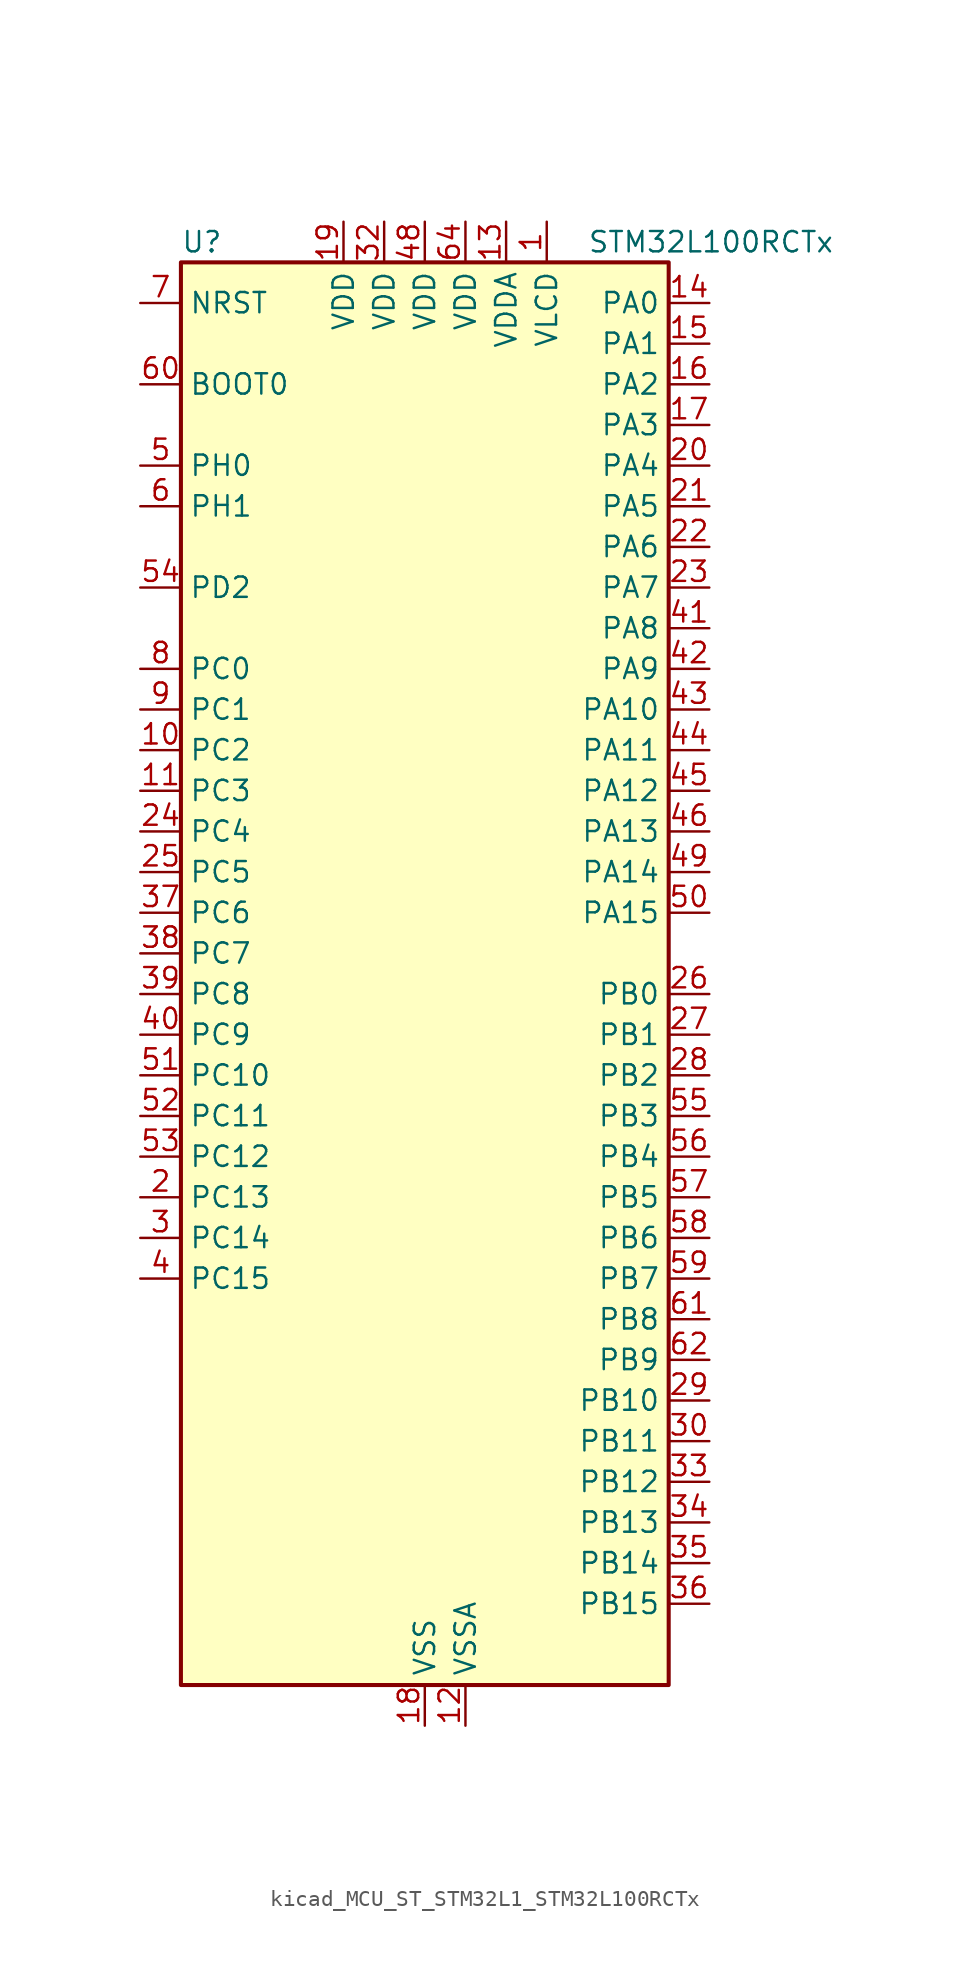
<source format=kicad_sym>
(kicad_symbol_lib
  (version 20220914)
  (generator kicad_symbol_editor)
  (symbol "kicad_MCU_ST_STM32L1_STM32L100RCTx"
    (property "Reference" "U"
      (at -15.24 46.99 0)
      (effects (font (size 1.27 1.27)) (justify left)))
    (property "Value" "STM32L100RCTx"
      (at 10.16 46.99 0)
      (effects (font (size 1.27 1.27)) (justify left)))
    (property "ki_locked" ""
      (at 0 0 0)
      (effects (font (size 1.27 1.27))))
    (symbol "kicad_MCU_ST_STM32L1_STM32L100RCTx_0_1"
      (rectangle (start -15.24 -43.18) (end 15.24 45.72) (stroke (width 0.254) (type default)) (fill (type background))))
    (symbol "kicad_MCU_ST_STM32L1_STM32L100RCTx_1_1"
      (pin power_in line (at 7.62 48.26 270) (length 2.54) (name "VLCD" (effects (font (size 1.27 1.27)))) (number "1" (effects (font (size 1.27 1.27)))))
      (pin bidirectional line (at -17.78 15.24 0) (length 2.54) (name "PC2" (effects (font (size 1.27 1.27)))) (number "10" (effects (font (size 1.27 1.27)))) (alternate "ADC_IN12" bidirectional line) (alternate "COMP1_INP" bidirectional line) (alternate "LCD_SEG20" bidirectional line) (alternate "TIMX_IC3" bidirectional line))
      (pin bidirectional line (at -17.78 12.7 0) (length 2.54) (name "PC3" (effects (font (size 1.27 1.27)))) (number "11" (effects (font (size 1.27 1.27)))) (alternate "ADC_IN13" bidirectional line) (alternate "COMP1_INP" bidirectional line) (alternate "LCD_SEG21" bidirectional line) (alternate "TIMX_IC4" bidirectional line))
      (pin power_in line (at 2.54 -45.72 90) (length 2.54) (name "VSSA" (effects (font (size 1.27 1.27)))) (number "12" (effects (font (size 1.27 1.27)))))
      (pin power_in line (at 5.08 48.26 270) (length 2.54) (name "VDDA" (effects (font (size 1.27 1.27)))) (number "13" (effects (font (size 1.27 1.27)))))
      (pin bidirectional line (at 17.78 43.18 180) (length 2.54) (name "PA0" (effects (font (size 1.27 1.27)))) (number "14" (effects (font (size 1.27 1.27)))) (alternate "ADC_IN0" bidirectional line) (alternate "COMP1_INP" bidirectional line) (alternate "RTC_TAMP2" bidirectional line) (alternate "SYS_WKUP1" bidirectional line) (alternate "TIM2_CH1" bidirectional line) (alternate "TIM2_ETR" bidirectional line) (alternate "TIMX_IC1" bidirectional line) (alternate "USART2_CTS" bidirectional line))
      (pin bidirectional line (at 17.78 40.64 180) (length 2.54) (name "PA1" (effects (font (size 1.27 1.27)))) (number "15" (effects (font (size 1.27 1.27)))) (alternate "ADC_IN1" bidirectional line) (alternate "COMP1_INP" bidirectional line) (alternate "LCD_SEG0" bidirectional line) (alternate "TIM2_CH2" bidirectional line) (alternate "TIMX_IC2" bidirectional line) (alternate "USART2_RTS" bidirectional line))
      (pin bidirectional line (at 17.78 38.1 180) (length 2.54) (name "PA2" (effects (font (size 1.27 1.27)))) (number "16" (effects (font (size 1.27 1.27)))) (alternate "ADC_IN2" bidirectional line) (alternate "COMP1_INP" bidirectional line) (alternate "LCD_SEG1" bidirectional line) (alternate "TIM2_CH3" bidirectional line) (alternate "TIM9_CH1" bidirectional line) (alternate "TIMX_IC3" bidirectional line) (alternate "USART2_TX" bidirectional line))
      (pin bidirectional line (at 17.78 35.56 180) (length 2.54) (name "PA3" (effects (font (size 1.27 1.27)))) (number "17" (effects (font (size 1.27 1.27)))) (alternate "ADC_IN3" bidirectional line) (alternate "COMP1_INP" bidirectional line) (alternate "LCD_SEG2" bidirectional line) (alternate "TIM2_CH4" bidirectional line) (alternate "TIM9_CH2" bidirectional line) (alternate "TIMX_IC4" bidirectional line) (alternate "USART2_RX" bidirectional line))
      (pin power_in line (at 0 -45.72 90) (length 2.54) (name "VSS" (effects (font (size 1.27 1.27)))) (number "18" (effects (font (size 1.27 1.27)))))
      (pin power_in line (at -5.08 48.26 270) (length 2.54) (name "VDD" (effects (font (size 1.27 1.27)))) (number "19" (effects (font (size 1.27 1.27)))))
      (pin bidirectional line (at -17.78 -12.7 0) (length 2.54) (name "PC13" (effects (font (size 1.27 1.27)))) (number "2" (effects (font (size 1.27 1.27)))) (alternate "RTC_OUT_ALARM" bidirectional line) (alternate "RTC_OUT_CALIB" bidirectional line) (alternate "RTC_TAMP1" bidirectional line) (alternate "RTC_TS" bidirectional line) (alternate "SYS_WKUP2" bidirectional line) (alternate "TIMX_IC2" bidirectional line))
      (pin bidirectional line (at 17.78 33.02 180) (length 2.54) (name "PA4" (effects (font (size 1.27 1.27)))) (number "20" (effects (font (size 1.27 1.27)))) (alternate "ADC_IN4" bidirectional line) (alternate "COMP1_INP" bidirectional line) (alternate "DAC_OUT1" bidirectional line) (alternate "I2S3_WS" bidirectional line) (alternate "SPI1_NSS" bidirectional line) (alternate "SPI3_NSS" bidirectional line) (alternate "TIMX_IC1" bidirectional line) (alternate "USART2_CK" bidirectional line))
      (pin bidirectional line (at 17.78 30.48 180) (length 2.54) (name "PA5" (effects (font (size 1.27 1.27)))) (number "21" (effects (font (size 1.27 1.27)))) (alternate "ADC_IN5" bidirectional line) (alternate "COMP1_INP" bidirectional line) (alternate "DAC_OUT2" bidirectional line) (alternate "SPI1_SCK" bidirectional line) (alternate "TIM2_CH1" bidirectional line) (alternate "TIM2_ETR" bidirectional line) (alternate "TIMX_IC2" bidirectional line))
      (pin bidirectional line (at 17.78 27.94 180) (length 2.54) (name "PA6" (effects (font (size 1.27 1.27)))) (number "22" (effects (font (size 1.27 1.27)))) (alternate "ADC_IN6" bidirectional line) (alternate "COMP1_INP" bidirectional line) (alternate "LCD_SEG3" bidirectional line) (alternate "SPI1_MISO" bidirectional line) (alternate "TIM10_CH1" bidirectional line) (alternate "TIM3_CH1" bidirectional line) (alternate "TIMX_IC3" bidirectional line))
      (pin bidirectional line (at 17.78 25.4 180) (length 2.54) (name "PA7" (effects (font (size 1.27 1.27)))) (number "23" (effects (font (size 1.27 1.27)))) (alternate "ADC_IN7" bidirectional line) (alternate "COMP1_INP" bidirectional line) (alternate "LCD_SEG4" bidirectional line) (alternate "SPI1_MOSI" bidirectional line) (alternate "TIM11_CH1" bidirectional line) (alternate "TIM3_CH2" bidirectional line) (alternate "TIMX_IC4" bidirectional line))
      (pin bidirectional line (at -17.78 10.16 0) (length 2.54) (name "PC4" (effects (font (size 1.27 1.27)))) (number "24" (effects (font (size 1.27 1.27)))) (alternate "ADC_IN14" bidirectional line) (alternate "COMP1_INP" bidirectional line) (alternate "LCD_SEG22" bidirectional line) (alternate "TIMX_IC1" bidirectional line))
      (pin bidirectional line (at -17.78 7.62 0) (length 2.54) (name "PC5" (effects (font (size 1.27 1.27)))) (number "25" (effects (font (size 1.27 1.27)))) (alternate "ADC_IN15" bidirectional line) (alternate "COMP1_INP" bidirectional line) (alternate "LCD_SEG23" bidirectional line) (alternate "TIMX_IC2" bidirectional line))
      (pin bidirectional line (at 17.78 0 180) (length 2.54) (name "PB0" (effects (font (size 1.27 1.27)))) (number "26" (effects (font (size 1.27 1.27)))) (alternate "ADC_IN8" bidirectional line) (alternate "COMP1_INP" bidirectional line) (alternate "LCD_SEG5" bidirectional line) (alternate "SYS_V_REF_OUT" bidirectional line) (alternate "TIM3_CH3" bidirectional line))
      (pin bidirectional line (at 17.78 -2.54 180) (length 2.54) (name "PB1" (effects (font (size 1.27 1.27)))) (number "27" (effects (font (size 1.27 1.27)))) (alternate "ADC_IN9" bidirectional line) (alternate "COMP1_INP" bidirectional line) (alternate "LCD_SEG6" bidirectional line) (alternate "SYS_V_REF_OUT" bidirectional line) (alternate "TIM3_CH4" bidirectional line))
      (pin bidirectional line (at 17.78 -5.08 180) (length 2.54) (name "PB2" (effects (font (size 1.27 1.27)))) (number "28" (effects (font (size 1.27 1.27)))) (alternate "COMP1_INP" bidirectional line))
      (pin bidirectional line (at 17.78 -25.4 180) (length 2.54) (name "PB10" (effects (font (size 1.27 1.27)))) (number "29" (effects (font (size 1.27 1.27)))) (alternate "I2C2_SCL" bidirectional line) (alternate "LCD_SEG10" bidirectional line) (alternate "TIM2_CH3" bidirectional line) (alternate "USART3_TX" bidirectional line))
      (pin bidirectional line (at -17.78 -15.24 0) (length 2.54) (name "PC14" (effects (font (size 1.27 1.27)))) (number "3" (effects (font (size 1.27 1.27)))) (alternate "RCC_OSC32_IN" bidirectional line) (alternate "TIMX_IC3" bidirectional line))
      (pin bidirectional line (at 17.78 -27.94 180) (length 2.54) (name "PB11" (effects (font (size 1.27 1.27)))) (number "30" (effects (font (size 1.27 1.27)))) (alternate "ADC_EXTI11" bidirectional line) (alternate "I2C2_SDA" bidirectional line) (alternate "LCD_SEG11" bidirectional line) (alternate "TIM2_CH4" bidirectional line) (alternate "USART3_RX" bidirectional line))
      (pin passive line (at 0 -45.72 90) (length 2.54) hide (name "VSS" (effects (font (size 1.27 1.27)))) (number "31" (effects (font (size 1.27 1.27)))))
      (pin power_in line (at -2.54 48.26 270) (length 2.54) (name "VDD" (effects (font (size 1.27 1.27)))) (number "32" (effects (font (size 1.27 1.27)))))
      (pin bidirectional line (at 17.78 -30.48 180) (length 2.54) (name "PB12" (effects (font (size 1.27 1.27)))) (number "33" (effects (font (size 1.27 1.27)))) (alternate "ADC_IN18" bidirectional line) (alternate "COMP1_INP" bidirectional line) (alternate "I2C2_SMBA" bidirectional line) (alternate "I2S2_WS" bidirectional line) (alternate "LCD_SEG12" bidirectional line) (alternate "SPI2_NSS" bidirectional line) (alternate "TIM10_CH1" bidirectional line) (alternate "USART3_CK" bidirectional line))
      (pin bidirectional line (at 17.78 -33.02 180) (length 2.54) (name "PB13" (effects (font (size 1.27 1.27)))) (number "34" (effects (font (size 1.27 1.27)))) (alternate "ADC_IN19" bidirectional line) (alternate "COMP1_INP" bidirectional line) (alternate "I2S2_CK" bidirectional line) (alternate "LCD_SEG13" bidirectional line) (alternate "SPI2_SCK" bidirectional line) (alternate "TIM9_CH1" bidirectional line) (alternate "USART3_CTS" bidirectional line))
      (pin bidirectional line (at 17.78 -35.56 180) (length 2.54) (name "PB14" (effects (font (size 1.27 1.27)))) (number "35" (effects (font (size 1.27 1.27)))) (alternate "ADC_IN20" bidirectional line) (alternate "COMP1_INP" bidirectional line) (alternate "LCD_SEG14" bidirectional line) (alternate "SPI2_MISO" bidirectional line) (alternate "TIM9_CH2" bidirectional line) (alternate "USART3_RTS" bidirectional line))
      (pin bidirectional line (at 17.78 -38.1 180) (length 2.54) (name "PB15" (effects (font (size 1.27 1.27)))) (number "36" (effects (font (size 1.27 1.27)))) (alternate "ADC_EXTI15" bidirectional line) (alternate "ADC_IN21" bidirectional line) (alternate "COMP1_INP" bidirectional line) (alternate "I2S2_SD" bidirectional line) (alternate "LCD_SEG15" bidirectional line) (alternate "RTC_REFIN" bidirectional line) (alternate "SPI2_MOSI" bidirectional line) (alternate "TIM11_CH1" bidirectional line))
      (pin bidirectional line (at -17.78 5.08 0) (length 2.54) (name "PC6" (effects (font (size 1.27 1.27)))) (number "37" (effects (font (size 1.27 1.27)))) (alternate "I2S2_MCK" bidirectional line) (alternate "LCD_SEG24" bidirectional line) (alternate "TIM3_CH1" bidirectional line) (alternate "TIMX_IC3" bidirectional line))
      (pin bidirectional line (at -17.78 2.54 0) (length 2.54) (name "PC7" (effects (font (size 1.27 1.27)))) (number "38" (effects (font (size 1.27 1.27)))) (alternate "I2S3_MCK" bidirectional line) (alternate "LCD_SEG25" bidirectional line) (alternate "TIM3_CH2" bidirectional line) (alternate "TIMX_IC4" bidirectional line))
      (pin bidirectional line (at -17.78 0 0) (length 2.54) (name "PC8" (effects (font (size 1.27 1.27)))) (number "39" (effects (font (size 1.27 1.27)))) (alternate "LCD_SEG26" bidirectional line) (alternate "TIM3_CH3" bidirectional line) (alternate "TIMX_IC1" bidirectional line))
      (pin bidirectional line (at -17.78 -17.78 0) (length 2.54) (name "PC15" (effects (font (size 1.27 1.27)))) (number "4" (effects (font (size 1.27 1.27)))) (alternate "ADC_EXTI15" bidirectional line) (alternate "RCC_OSC32_OUT" bidirectional line) (alternate "TIMX_IC4" bidirectional line))
      (pin bidirectional line (at -17.78 -2.54 0) (length 2.54) (name "PC9" (effects (font (size 1.27 1.27)))) (number "40" (effects (font (size 1.27 1.27)))) (alternate "DAC_EXTI9" bidirectional line) (alternate "LCD_SEG27" bidirectional line) (alternate "TIM3_CH4" bidirectional line) (alternate "TIMX_IC2" bidirectional line))
      (pin bidirectional line (at 17.78 22.86 180) (length 2.54) (name "PA8" (effects (font (size 1.27 1.27)))) (number "41" (effects (font (size 1.27 1.27)))) (alternate "LCD_COM0" bidirectional line) (alternate "RCC_MCO" bidirectional line) (alternate "TIMX_IC1" bidirectional line) (alternate "USART1_CK" bidirectional line))
      (pin bidirectional line (at 17.78 20.32 180) (length 2.54) (name "PA9" (effects (font (size 1.27 1.27)))) (number "42" (effects (font (size 1.27 1.27)))) (alternate "DAC_EXTI9" bidirectional line) (alternate "LCD_COM1" bidirectional line) (alternate "TIMX_IC2" bidirectional line) (alternate "USART1_TX" bidirectional line))
      (pin bidirectional line (at 17.78 17.78 180) (length 2.54) (name "PA10" (effects (font (size 1.27 1.27)))) (number "43" (effects (font (size 1.27 1.27)))) (alternate "LCD_COM2" bidirectional line) (alternate "TIMX_IC3" bidirectional line) (alternate "USART1_RX" bidirectional line))
      (pin bidirectional line (at 17.78 15.24 180) (length 2.54) (name "PA11" (effects (font (size 1.27 1.27)))) (number "44" (effects (font (size 1.27 1.27)))) (alternate "ADC_EXTI11" bidirectional line) (alternate "SPI1_MISO" bidirectional line) (alternate "TIMX_IC4" bidirectional line) (alternate "USART1_CTS" bidirectional line) (alternate "USB_DM" bidirectional line))
      (pin bidirectional line (at 17.78 12.7 180) (length 2.54) (name "PA12" (effects (font (size 1.27 1.27)))) (number "45" (effects (font (size 1.27 1.27)))) (alternate "SPI1_MOSI" bidirectional line) (alternate "TIMX_IC1" bidirectional line) (alternate "USART1_RTS" bidirectional line) (alternate "USB_DP" bidirectional line))
      (pin bidirectional line (at 17.78 10.16 180) (length 2.54) (name "PA13" (effects (font (size 1.27 1.27)))) (number "46" (effects (font (size 1.27 1.27)))) (alternate "SYS_JTMS-SWDIO" bidirectional line) (alternate "TIMX_IC2" bidirectional line))
      (pin passive line (at 0 -45.72 90) (length 2.54) hide (name "VSS" (effects (font (size 1.27 1.27)))) (number "47" (effects (font (size 1.27 1.27)))))
      (pin power_in line (at 0 48.26 270) (length 2.54) (name "VDD" (effects (font (size 1.27 1.27)))) (number "48" (effects (font (size 1.27 1.27)))))
      (pin bidirectional line (at 17.78 7.62 180) (length 2.54) (name "PA14" (effects (font (size 1.27 1.27)))) (number "49" (effects (font (size 1.27 1.27)))) (alternate "SYS_JTCK-SWCLK" bidirectional line) (alternate "TIMX_IC3" bidirectional line))
      (pin bidirectional line (at -17.78 33.02 0) (length 2.54) (name "PH0" (effects (font (size 1.27 1.27)))) (number "5" (effects (font (size 1.27 1.27)))) (alternate "RCC_OSC_IN" bidirectional line))
      (pin bidirectional line (at 17.78 5.08 180) (length 2.54) (name "PA15" (effects (font (size 1.27 1.27)))) (number "50" (effects (font (size 1.27 1.27)))) (alternate "ADC_EXTI15" bidirectional line) (alternate "I2S3_WS" bidirectional line) (alternate "LCD_SEG17" bidirectional line) (alternate "SPI1_NSS" bidirectional line) (alternate "SPI3_NSS" bidirectional line) (alternate "SYS_JTDI" bidirectional line) (alternate "TIM2_CH1" bidirectional line) (alternate "TIM2_ETR" bidirectional line) (alternate "TIMX_IC4" bidirectional line))
      (pin bidirectional line (at -17.78 -5.08 0) (length 2.54) (name "PC10" (effects (font (size 1.27 1.27)))) (number "51" (effects (font (size 1.27 1.27)))) (alternate "I2S3_CK" bidirectional line) (alternate "LCD_COM4" bidirectional line) (alternate "LCD_SEG28" bidirectional line) (alternate "SPI3_SCK" bidirectional line) (alternate "TIMX_IC3" bidirectional line) (alternate "USART3_TX" bidirectional line))
      (pin bidirectional line (at -17.78 -7.62 0) (length 2.54) (name "PC11" (effects (font (size 1.27 1.27)))) (number "52" (effects (font (size 1.27 1.27)))) (alternate "ADC_EXTI11" bidirectional line) (alternate "LCD_COM5" bidirectional line) (alternate "LCD_SEG29" bidirectional line) (alternate "SPI3_MISO" bidirectional line) (alternate "TIMX_IC4" bidirectional line) (alternate "USART3_RX" bidirectional line))
      (pin bidirectional line (at -17.78 -10.16 0) (length 2.54) (name "PC12" (effects (font (size 1.27 1.27)))) (number "53" (effects (font (size 1.27 1.27)))) (alternate "I2S3_SD" bidirectional line) (alternate "LCD_COM6" bidirectional line) (alternate "LCD_SEG30" bidirectional line) (alternate "SPI3_MOSI" bidirectional line) (alternate "TIMX_IC1" bidirectional line) (alternate "USART3_CK" bidirectional line))
      (pin bidirectional line (at -17.78 25.4 0) (length 2.54) (name "PD2" (effects (font (size 1.27 1.27)))) (number "54" (effects (font (size 1.27 1.27)))) (alternate "LCD_COM7" bidirectional line) (alternate "LCD_SEG31" bidirectional line) (alternate "TIM3_ETR" bidirectional line) (alternate "TIMX_IC3" bidirectional line))
      (pin bidirectional line (at 17.78 -7.62 180) (length 2.54) (name "PB3" (effects (font (size 1.27 1.27)))) (number "55" (effects (font (size 1.27 1.27)))) (alternate "COMP2_INM" bidirectional line) (alternate "I2S3_CK" bidirectional line) (alternate "LCD_SEG7" bidirectional line) (alternate "SPI1_SCK" bidirectional line) (alternate "SPI3_SCK" bidirectional line) (alternate "SYS_JTDO-TRACESWO" bidirectional line) (alternate "TIM2_CH2" bidirectional line))
      (pin bidirectional line (at 17.78 -10.16 180) (length 2.54) (name "PB4" (effects (font (size 1.27 1.27)))) (number "56" (effects (font (size 1.27 1.27)))) (alternate "COMP2_INP" bidirectional line) (alternate "LCD_SEG8" bidirectional line) (alternate "SPI1_MISO" bidirectional line) (alternate "SPI3_MISO" bidirectional line) (alternate "SYS_JTRST" bidirectional line) (alternate "TIM3_CH1" bidirectional line))
      (pin bidirectional line (at 17.78 -12.7 180) (length 2.54) (name "PB5" (effects (font (size 1.27 1.27)))) (number "57" (effects (font (size 1.27 1.27)))) (alternate "COMP2_INP" bidirectional line) (alternate "I2C1_SMBA" bidirectional line) (alternate "I2S3_SD" bidirectional line) (alternate "LCD_SEG9" bidirectional line) (alternate "SPI1_MOSI" bidirectional line) (alternate "SPI3_MOSI" bidirectional line) (alternate "TIM3_CH2" bidirectional line))
      (pin bidirectional line (at 17.78 -15.24 180) (length 2.54) (name "PB6" (effects (font (size 1.27 1.27)))) (number "58" (effects (font (size 1.27 1.27)))) (alternate "COMP2_INP" bidirectional line) (alternate "I2C1_SCL" bidirectional line) (alternate "TIM4_CH1" bidirectional line) (alternate "USART1_TX" bidirectional line))
      (pin bidirectional line (at 17.78 -17.78 180) (length 2.54) (name "PB7" (effects (font (size 1.27 1.27)))) (number "59" (effects (font (size 1.27 1.27)))) (alternate "COMP2_INP" bidirectional line) (alternate "I2C1_SDA" bidirectional line) (alternate "SYS_PVD_IN" bidirectional line) (alternate "TIM4_CH2" bidirectional line) (alternate "USART1_RX" bidirectional line))
      (pin bidirectional line (at -17.78 30.48 0) (length 2.54) (name "PH1" (effects (font (size 1.27 1.27)))) (number "6" (effects (font (size 1.27 1.27)))) (alternate "RCC_OSC_OUT" bidirectional line))
      (pin input line (at -17.78 38.1 0) (length 2.54) (name "BOOT0" (effects (font (size 1.27 1.27)))) (number "60" (effects (font (size 1.27 1.27)))))
      (pin bidirectional line (at 17.78 -20.32 180) (length 2.54) (name "PB8" (effects (font (size 1.27 1.27)))) (number "61" (effects (font (size 1.27 1.27)))) (alternate "I2C1_SCL" bidirectional line) (alternate "LCD_SEG16" bidirectional line) (alternate "TIM10_CH1" bidirectional line) (alternate "TIM4_CH3" bidirectional line))
      (pin bidirectional line (at 17.78 -22.86 180) (length 2.54) (name "PB9" (effects (font (size 1.27 1.27)))) (number "62" (effects (font (size 1.27 1.27)))) (alternate "DAC_EXTI9" bidirectional line) (alternate "I2C1_SDA" bidirectional line) (alternate "LCD_COM3" bidirectional line) (alternate "TIM11_CH1" bidirectional line) (alternate "TIM4_CH4" bidirectional line))
      (pin passive line (at 0 -45.72 90) (length 2.54) hide (name "VSS" (effects (font (size 1.27 1.27)))) (number "63" (effects (font (size 1.27 1.27)))))
      (pin power_in line (at 2.54 48.26 270) (length 2.54) (name "VDD" (effects (font (size 1.27 1.27)))) (number "64" (effects (font (size 1.27 1.27)))))
      (pin input line (at -17.78 43.18 0) (length 2.54) (name "NRST" (effects (font (size 1.27 1.27)))) (number "7" (effects (font (size 1.27 1.27)))))
      (pin bidirectional line (at -17.78 20.32 0) (length 2.54) (name "PC0" (effects (font (size 1.27 1.27)))) (number "8" (effects (font (size 1.27 1.27)))) (alternate "ADC_IN10" bidirectional line) (alternate "COMP1_INP" bidirectional line) (alternate "LCD_SEG18" bidirectional line) (alternate "TIMX_IC1" bidirectional line))
      (pin bidirectional line (at -17.78 17.78 0) (length 2.54) (name "PC1" (effects (font (size 1.27 1.27)))) (number "9" (effects (font (size 1.27 1.27)))) (alternate "ADC_IN11" bidirectional line) (alternate "COMP1_INP" bidirectional line) (alternate "LCD_SEG19" bidirectional line) (alternate "TIMX_IC2" bidirectional line)))))
</source>
